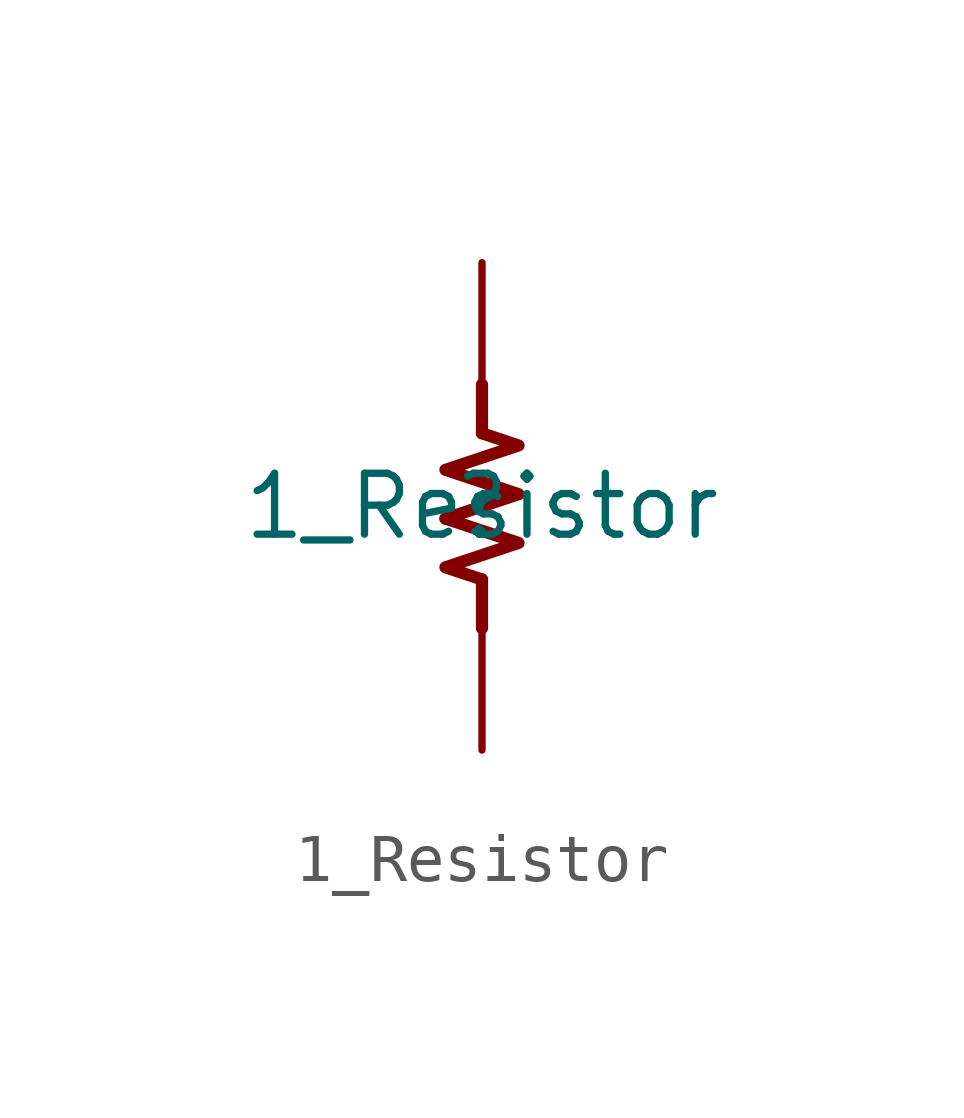
<source format=kicad_sym>
(kicad_symbol_lib
  (version 20211014)
  (generator kicad_symbol_editor)
  (symbol "1_Resistor"
    (property "Reference" ""
      (at 0 0 0)
      (effects (font (size 1.27 1.27))))
    (property "Value" "1_Resistor"
      (at 0 0 0)
      (effects (font (size 1.27 1.27))))
    (symbol "1_Resistor_1_0"
      (polyline (pts (xy 0 -2.54) (xy 0 -1.524)) (stroke (width 0.254) (type default) (color 0 0 0 0)) (fill (type none)))
      (polyline (pts (xy 0 2.54) (xy 0 1.524)) (stroke (width 0.254) (type default) (color 0 0 0 0)) (fill (type none)))
      (polyline (pts (xy -0.762 -0.254) (xy 0.762 -0.762) (xy -0.762 -1.27) (xy 0 -1.524)) (stroke (width 0.254) (type default) (color 0 0 0 0)) (fill (type none)))
      (polyline (pts (xy -0.762 -0.254) (xy 0.762 0.254) (xy -0.762 0.762) (xy 0.762 1.27) (xy 0 1.524)) (stroke (width 0.254) (type default) (color 0 0 0 0)) (fill (type none)))
      (pin passive line (at 0 -5.08 90) (length 2.54) (name "1" (effects (font (size 0 0)))) (number "1" (effects (font (size 0 0)))))
      (pin passive line (at 0 5.08 270) (length 2.54) (name "2" (effects (font (size 0 0)))) (number "2" (effects (font (size 0 0))))))))
</source>
